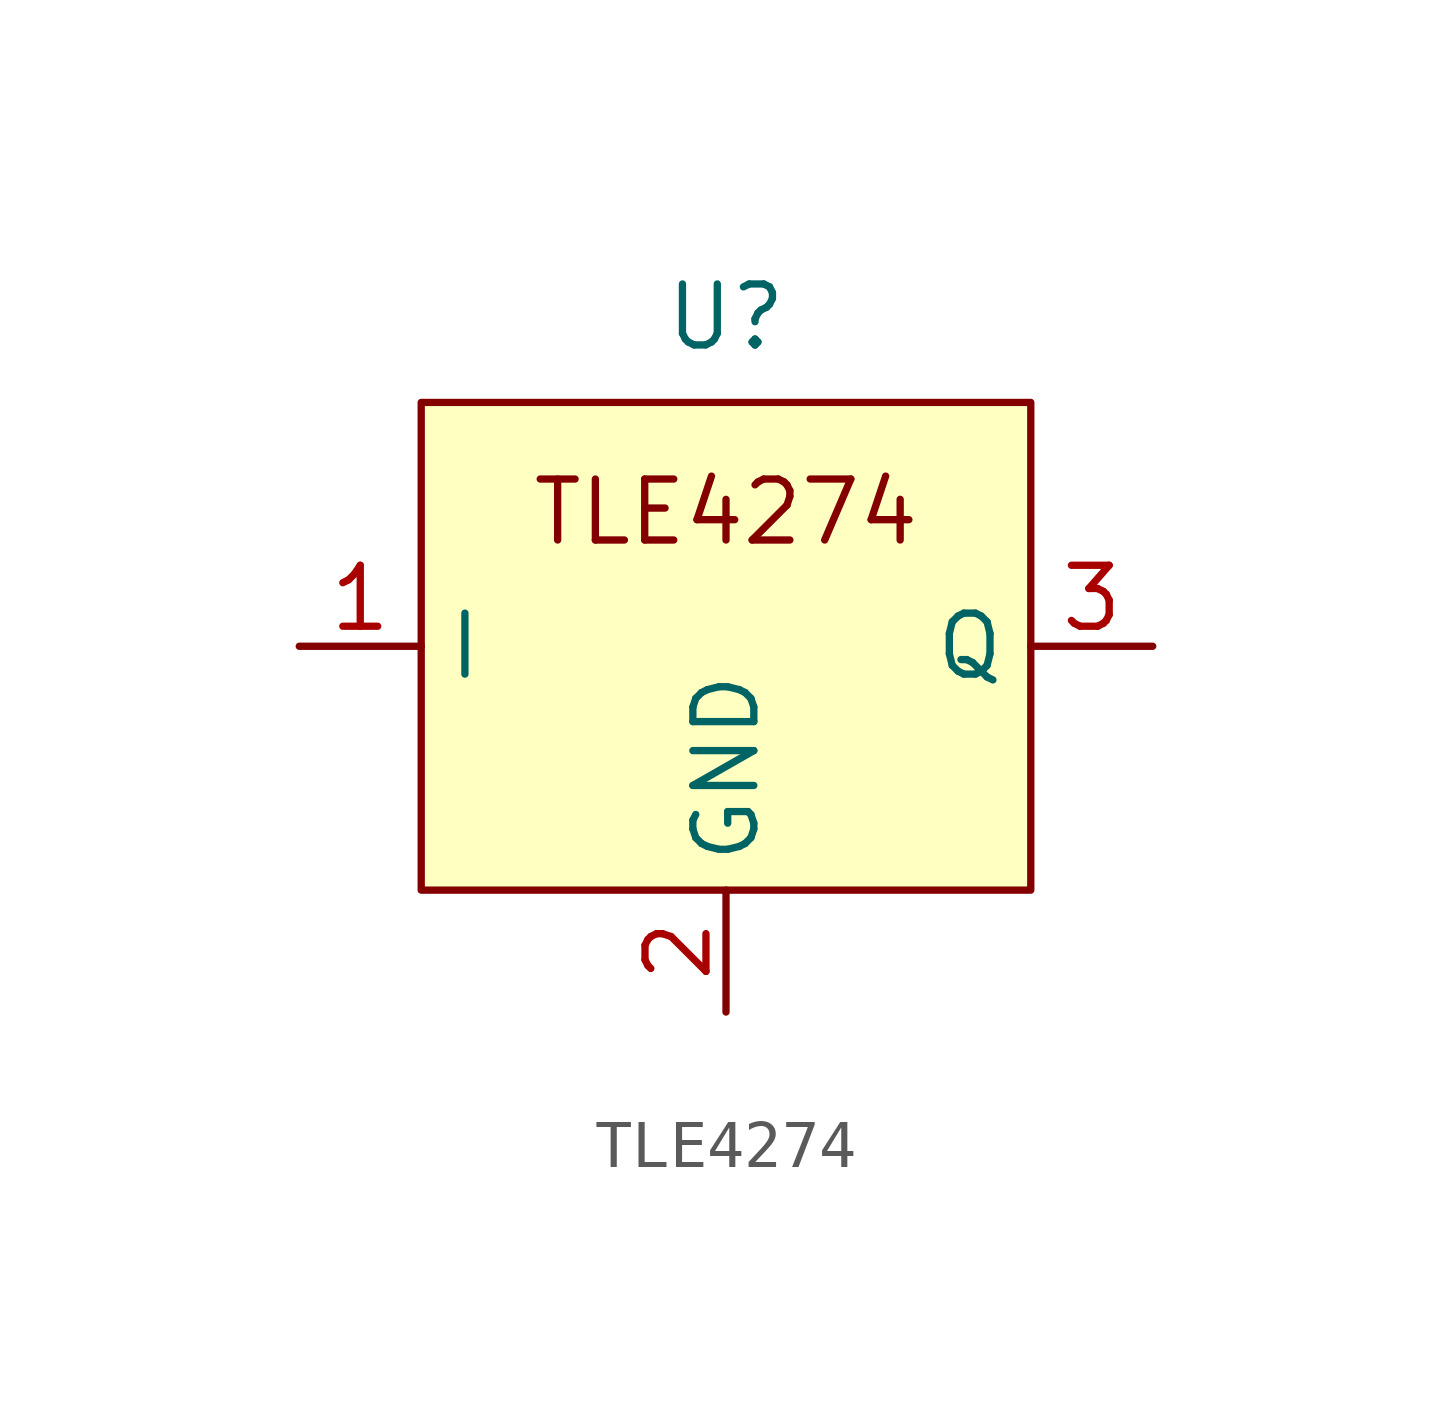
<source format=kicad_sym>
(kicad_symbol_lib
  (version 20231120)
  (generator "kicad_symbol_editor")
  (generator_version "8.0")
  (symbol "TLE4274"
    (property "Reference" "U"
      (at 0 6.858 0)
      (effects (font (size 1.27 1.27))))
    (property "Value" ""
      (at 0 0 0)
      (effects (font (size 1.27 1.27))))
    (symbol "TLE4274_1_1"
      (rectangle (start -6.35 5.08) (end 6.35 -5.08) (stroke (width 0) (type default)) (fill (type background)))
      (text "TLE4274" (at 0 2.794 0) (effects (font (size 1.27 1.27))))
      (pin power_in line (at -8.89 0 0) (length 2.54) (name "I" (effects (font (size 1.27 1.27)))) (number "1" (effects (font (size 1.27 1.27)))))
      (pin power_in line (at 0 -7.62 90) (length 2.54) (name "GND" (effects (font (size 1.27 1.27)))) (number "2" (effects (font (size 1.27 1.27)))))
      (pin power_out line (at 8.89 0 180) (length 2.54) (name "Q" (effects (font (size 1.27 1.27)))) (number "3" (effects (font (size 1.27 1.27))))))))
</source>
